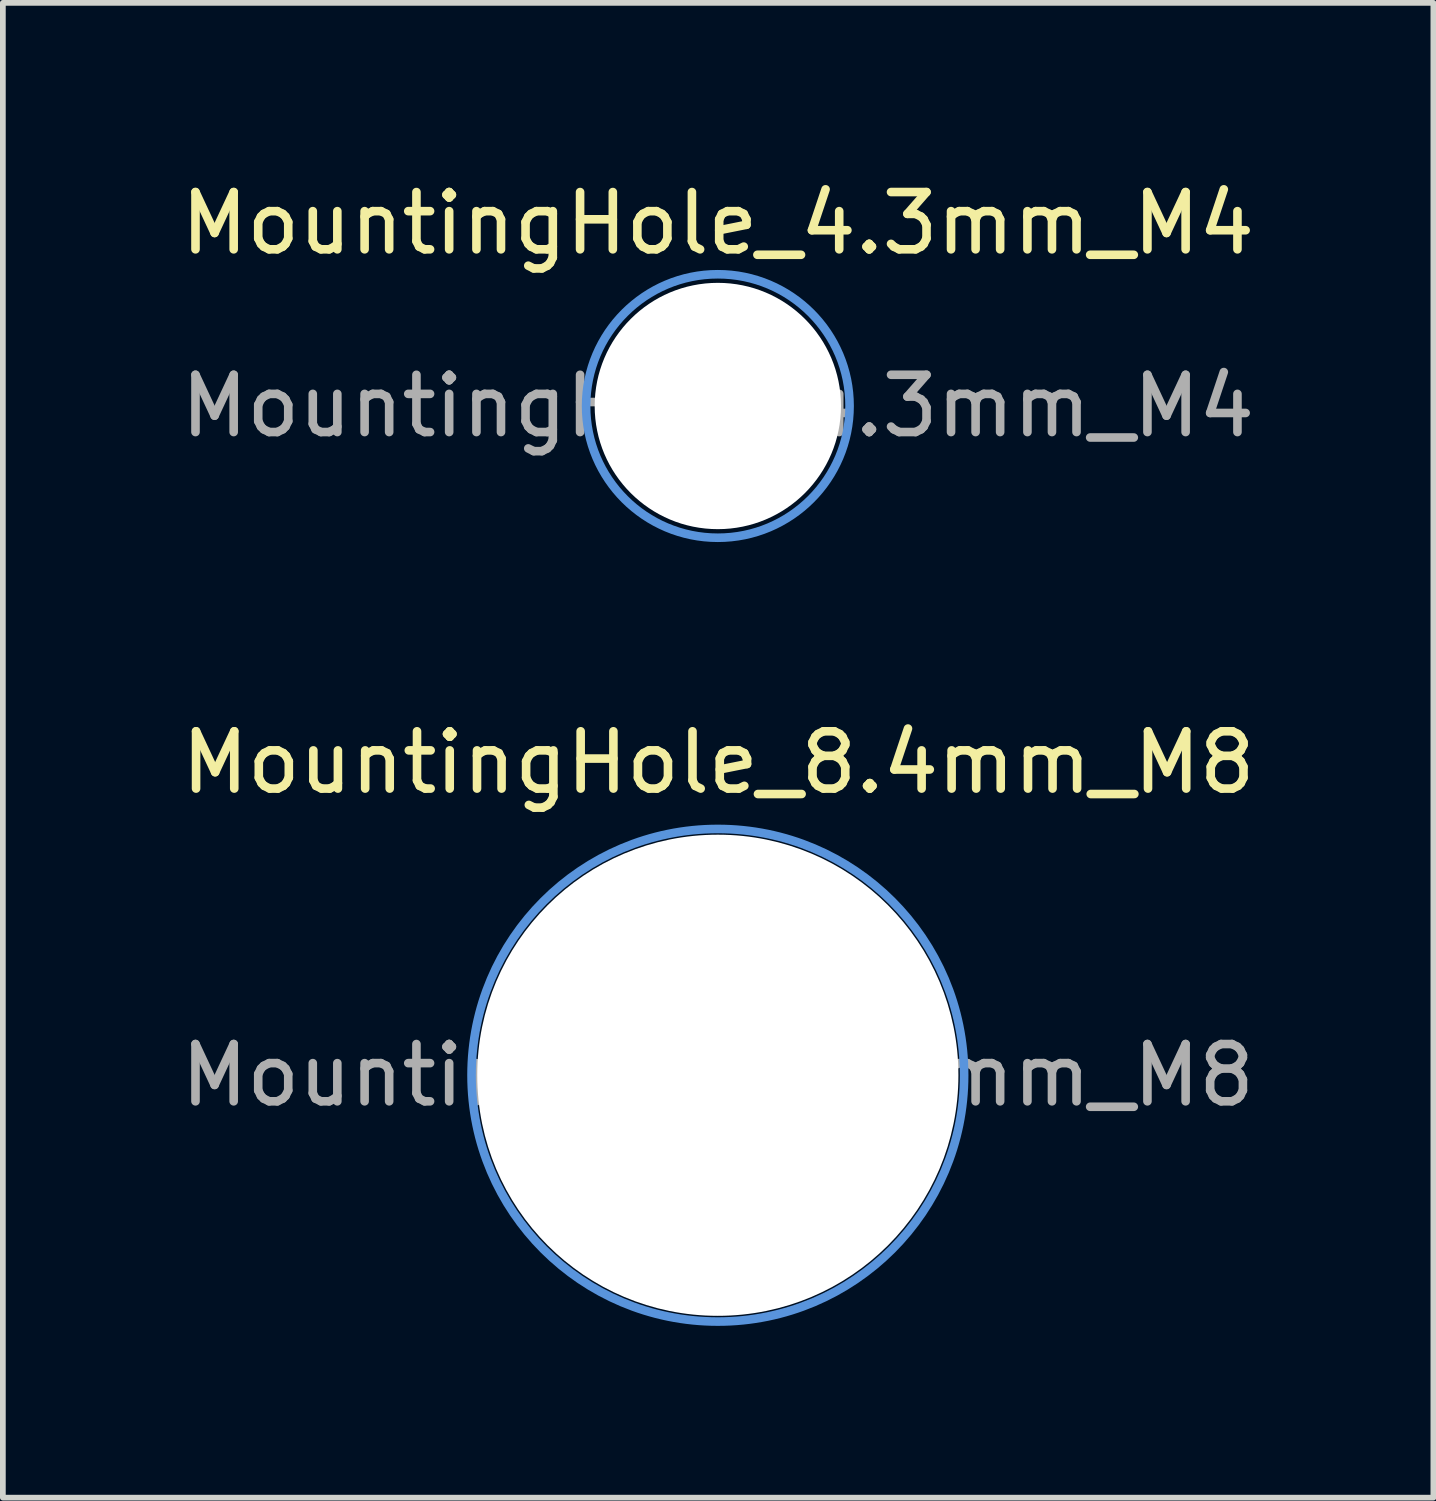
<source format=kicad_pcb>
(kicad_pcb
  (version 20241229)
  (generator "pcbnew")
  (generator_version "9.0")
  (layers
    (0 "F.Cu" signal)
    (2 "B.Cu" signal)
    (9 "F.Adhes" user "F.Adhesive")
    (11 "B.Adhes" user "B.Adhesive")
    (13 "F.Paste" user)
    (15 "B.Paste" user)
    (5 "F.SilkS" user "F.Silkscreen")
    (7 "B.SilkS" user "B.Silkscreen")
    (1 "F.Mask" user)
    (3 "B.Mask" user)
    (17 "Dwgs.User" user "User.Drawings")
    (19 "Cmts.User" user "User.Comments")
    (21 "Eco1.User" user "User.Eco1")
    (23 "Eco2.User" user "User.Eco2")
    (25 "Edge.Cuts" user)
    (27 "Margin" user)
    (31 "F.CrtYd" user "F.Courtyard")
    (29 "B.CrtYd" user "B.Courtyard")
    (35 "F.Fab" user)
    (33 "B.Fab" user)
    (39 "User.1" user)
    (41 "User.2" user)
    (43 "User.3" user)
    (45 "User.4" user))
  (footprint "MountingHole_4.3mm_M4"
    (layer "F.Cu")
    (at 9.482 4.038)
    (property "Reference" "MountingHole_4.3mm_M4" (at 0 -3.19 0) (layer "F.SilkS") (effects (font (size 1 1) (thickness 0.15))))
    (attr exclude_from_pos_files exclude_from_bom)
    (fp_circle (center 0 0) (end 2.3 0) (stroke (width 0.15) (type solid)) (fill no) (layer "Cmts.User"))
    (fp_circle (center 0 0) (end 2.3 0) (stroke (width 0.05) (type solid)) (fill no) (layer "F.CrtYd"))
    (fp_text user "${REFERENCE}" (at 0 0 0) (layer "F.Fab") (effects (font (size 1 1) (thickness 0.15))))
    (pad "" np_thru_hole circle (at 0 0) (size 4.3 4.3) (drill 4.3) (layers "*.Cu" "*.Mask")))
  (footprint "MountingHole_8.4mm_M8"
    (layer "F.Cu")
    (at 9.482 15.722)
    (property "Reference" "MountingHole_8.4mm_M8" (at 0.01 -5.46 0) (layer "F.SilkS") (effects (font (size 1 1) (thickness 0.15))))
    (attr exclude_from_pos_files exclude_from_bom)
    (fp_circle (center 0 0) (end 4.3 0) (stroke (width 0.15) (type solid)) (fill no) (layer "Cmts.User"))
    (fp_circle (center 0 0) (end 4.3 0) (stroke (width 0.05) (type solid)) (fill no) (layer "F.CrtYd"))
    (fp_text user "${REFERENCE}" (at 0 0 0) (layer "F.Fab") (effects (font (size 1 1) (thickness 0.15))))
    (pad "" np_thru_hole circle (at 0 0) (size 8.4 8.4) (drill 8.4) (layers "*.Cu" "*.Mask")))
  (gr_rect
    (start -3 -3)
    (end 21.974 23.096)
    (stroke (width 0.1) (type default))
    (fill no)
    (layer "Edge.Cuts")))
</source>
